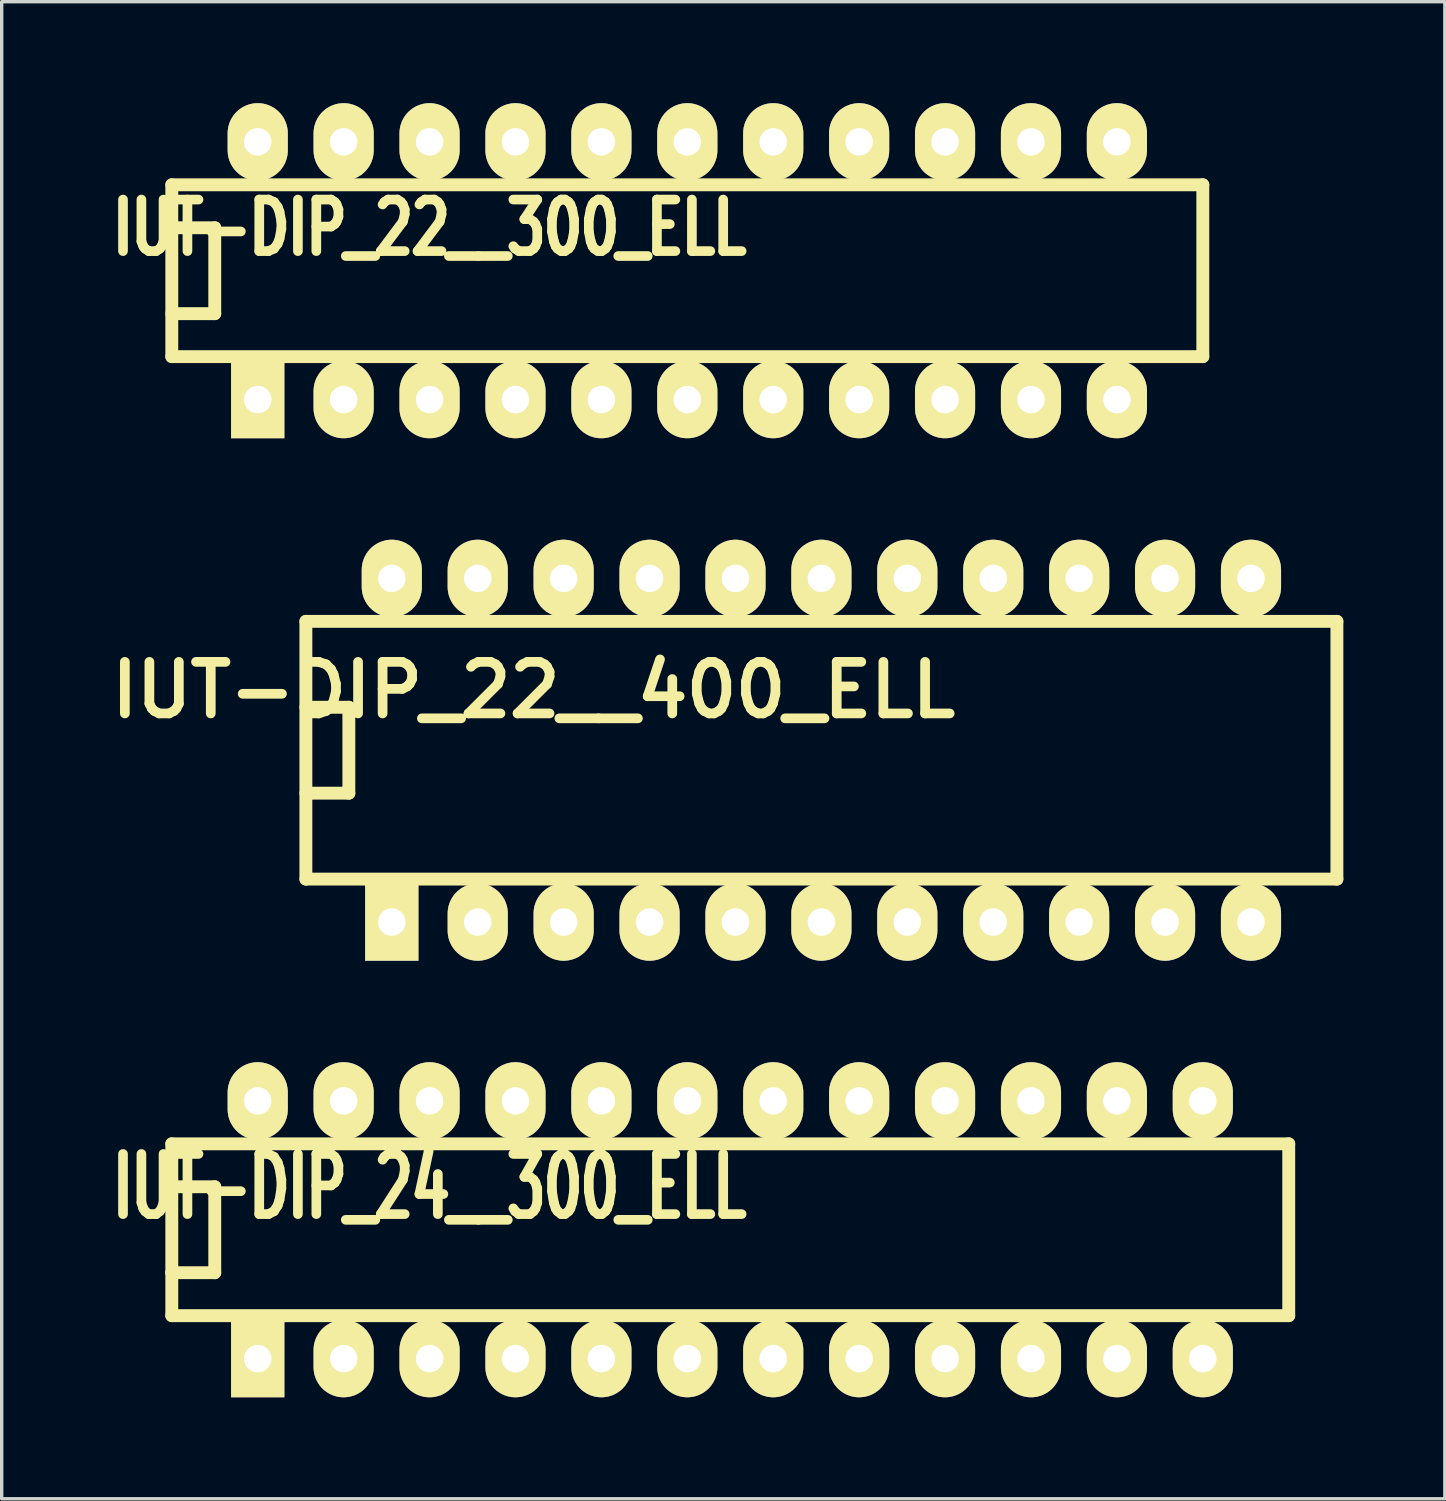
<source format=kicad_pcb>
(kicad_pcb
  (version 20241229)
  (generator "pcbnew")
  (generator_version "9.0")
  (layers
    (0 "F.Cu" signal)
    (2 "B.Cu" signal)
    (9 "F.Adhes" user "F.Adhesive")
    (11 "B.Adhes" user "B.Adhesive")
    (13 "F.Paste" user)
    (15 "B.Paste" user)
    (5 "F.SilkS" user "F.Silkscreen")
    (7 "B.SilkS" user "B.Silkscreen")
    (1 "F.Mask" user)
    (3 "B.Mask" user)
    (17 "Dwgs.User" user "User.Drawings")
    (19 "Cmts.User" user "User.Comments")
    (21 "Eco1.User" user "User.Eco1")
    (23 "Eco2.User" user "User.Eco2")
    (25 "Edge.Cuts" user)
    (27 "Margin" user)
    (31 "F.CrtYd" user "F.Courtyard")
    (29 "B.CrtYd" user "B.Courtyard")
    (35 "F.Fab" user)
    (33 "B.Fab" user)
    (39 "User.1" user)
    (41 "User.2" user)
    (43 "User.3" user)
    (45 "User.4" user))
  (footprint "IUT-DIP_22__400_ELL"
    (layer "F.Cu")
    (at 21.233 19.129)
    (property "Reference" "IUT-DIP_22__400_ELL" (at -8.509 -1.778 0) (layer "F.SilkS") (effects (font (size 1.524 1.524) (thickness 0.287))))
    (attr through_hole)
    (fp_line (start -15.24 -3.81) (end 15.24 -3.81) (stroke (width 0.381) (type solid)) (layer "F.SilkS"))
    (fp_line (start -15.24 -1.27) (end -13.97 -1.27) (stroke (width 0.381) (type solid)) (layer "F.SilkS"))
    (fp_line (start -15.24 3.81) (end -15.24 -3.81) (stroke (width 0.381) (type solid)) (layer "F.SilkS"))
    (fp_line (start -13.97 -1.27) (end -13.97 1.27) (stroke (width 0.381) (type solid)) (layer "F.SilkS"))
    (fp_line (start -13.97 1.27) (end -15.24 1.27) (stroke (width 0.381) (type solid)) (layer "F.SilkS"))
    (fp_line (start 15.24 -3.81) (end 15.24 3.81) (stroke (width 0.381) (type solid)) (layer "F.SilkS"))
    (fp_line (start 15.24 3.81) (end -15.24 3.81) (stroke (width 0.381) (type solid)) (layer "F.SilkS"))
    (pad "1" thru_hole rect (at -12.7 5.08) (size 1.575 2.286) (drill 0.813) (layers "*.Cu" "*.Mask" "F.SilkS"))
    (pad "2" thru_hole oval (at -10.16 5.08) (size 1.778 2.286) (drill 0.813) (layers "*.Cu" "*.Mask" "F.SilkS"))
    (pad "3" thru_hole oval (at -7.62 5.08) (size 1.778 2.286) (drill 0.813) (layers "*.Cu" "*.Mask" "F.SilkS"))
    (pad "4" thru_hole oval (at -5.08 5.08) (size 1.778 2.286) (drill 0.813) (layers "*.Cu" "*.Mask" "F.SilkS"))
    (pad "5" thru_hole oval (at -2.54 5.08) (size 1.778 2.286) (drill 0.813) (layers "*.Cu" "*.Mask" "F.SilkS"))
    (pad "6" thru_hole oval (at 0 5.08) (size 1.778 2.286) (drill 0.813) (layers "*.Cu" "*.Mask" "F.SilkS"))
    (pad "7" thru_hole oval (at 2.54 5.08) (size 1.778 2.286) (drill 0.813) (layers "*.Cu" "*.Mask" "F.SilkS"))
    (pad "8" thru_hole oval (at 5.08 5.08) (size 1.778 2.286) (drill 0.813) (layers "*.Cu" "*.Mask" "F.SilkS"))
    (pad "9" thru_hole oval (at 7.62 5.08) (size 1.778 2.286) (drill 0.813) (layers "*.Cu" "*.Mask" "F.SilkS"))
    (pad "10" thru_hole oval (at 10.16 5.08) (size 1.778 2.286) (drill 0.813) (layers "*.Cu" "*.Mask" "F.SilkS"))
    (pad "11" thru_hole oval (at 12.7 5.08) (size 1.778 2.286) (drill 0.813) (layers "*.Cu" "*.Mask" "F.SilkS"))
    (pad "12" thru_hole oval (at 12.7 -5.08) (size 1.778 2.286) (drill 0.813) (layers "*.Cu" "*.Mask" "F.SilkS"))
    (pad "13" thru_hole oval (at 10.16 -5.08) (size 1.778 2.286) (drill 0.813) (layers "*.Cu" "*.Mask" "F.SilkS"))
    (pad "14" thru_hole oval (at 7.62 -5.08) (size 1.778 2.286) (drill 0.813) (layers "*.Cu" "*.Mask" "F.SilkS"))
    (pad "15" thru_hole oval (at 5.08 -5.08) (size 1.778 2.286) (drill 0.813) (layers "*.Cu" "*.Mask" "F.SilkS"))
    (pad "16" thru_hole oval (at 2.54 -5.08) (size 1.778 2.286) (drill 0.813) (layers "*.Cu" "*.Mask" "F.SilkS"))
    (pad "17" thru_hole oval (at 0 -5.08) (size 1.778 2.286) (drill 0.813) (layers "*.Cu" "*.Mask" "F.SilkS"))
    (pad "18" thru_hole oval (at -2.54 -5.08) (size 1.778 2.286) (drill 0.813) (layers "*.Cu" "*.Mask" "F.SilkS"))
    (pad "19" thru_hole oval (at -5.08 -5.08) (size 1.778 2.286) (drill 0.813) (layers "*.Cu" "*.Mask" "F.SilkS"))
    (pad "20" thru_hole oval (at -7.62 -5.08) (size 1.778 2.286) (drill 0.813) (layers "*.Cu" "*.Mask" "F.SilkS"))
    (pad "21" thru_hole oval (at -10.16 -5.08) (size 1.778 2.286) (drill 0.813) (layers "*.Cu" "*.Mask" "F.SilkS"))
    (pad "22" thru_hole oval (at -12.7 -5.08) (size 1.778 2.286) (drill 0.813) (layers "*.Cu" "*.Mask" "F.SilkS")))
  (footprint "IUT-DIP_24__300_ELL"
    (layer "F.Cu")
    (at 18.539 33.305)
    (property "Reference" "IUT-DIP_24__300_ELL" (at -8.89 -1.27 0) (layer "F.SilkS") (effects (font (size 1.778 1.143) (thickness 0.305))))
    (attr through_hole)
    (fp_line (start -16.51 -2.54) (end 16.51 -2.54) (stroke (width 0.381) (type solid)) (layer "F.SilkS"))
    (fp_line (start -16.51 -1.27) (end -15.24 -1.27) (stroke (width 0.381) (type solid)) (layer "F.SilkS"))
    (fp_line (start -16.51 1.27) (end -16.51 1.27) (stroke (width 0.381) (type solid)) (layer "F.SilkS"))
    (fp_line (start -16.51 2.54) (end -16.51 -2.54) (stroke (width 0.381) (type solid)) (layer "F.SilkS"))
    (fp_line (start -15.24 -1.27) (end -15.24 1.27) (stroke (width 0.381) (type solid)) (layer "F.SilkS"))
    (fp_line (start -15.24 1.27) (end -16.51 1.27) (stroke (width 0.381) (type solid)) (layer "F.SilkS"))
    (fp_line (start 16.51 -2.54) (end 16.51 2.54) (stroke (width 0.381) (type solid)) (layer "F.SilkS"))
    (fp_line (start 16.51 2.54) (end -16.51 2.54) (stroke (width 0.381) (type solid)) (layer "F.SilkS"))
    (pad "1" thru_hole rect (at -13.97 3.81) (size 1.575 2.286) (drill 0.813) (layers "*.Cu" "*.Mask" "F.SilkS"))
    (pad "2" thru_hole oval (at -11.43 3.81) (size 1.778 2.286) (drill 0.813) (layers "*.Cu" "*.Mask" "F.SilkS"))
    (pad "3" thru_hole oval (at -8.89 3.81) (size 1.778 2.286) (drill 0.813) (layers "*.Cu" "*.Mask" "F.SilkS"))
    (pad "4" thru_hole oval (at -6.35 3.81) (size 1.778 2.286) (drill 0.813) (layers "*.Cu" "*.Mask" "F.SilkS"))
    (pad "5" thru_hole oval (at -3.81 3.81) (size 1.778 2.286) (drill 0.813) (layers "*.Cu" "*.Mask" "F.SilkS"))
    (pad "6" thru_hole oval (at -1.27 3.81) (size 1.778 2.286) (drill 0.813) (layers "*.Cu" "*.Mask" "F.SilkS"))
    (pad "7" thru_hole oval (at 1.27 3.81) (size 1.778 2.286) (drill 0.813) (layers "*.Cu" "*.Mask" "F.SilkS"))
    (pad "8" thru_hole oval (at 3.81 3.81) (size 1.778 2.286) (drill 0.813) (layers "*.Cu" "*.Mask" "F.SilkS"))
    (pad "9" thru_hole oval (at 6.35 3.81) (size 1.778 2.286) (drill 0.813) (layers "*.Cu" "*.Mask" "F.SilkS"))
    (pad "10" thru_hole oval (at 8.89 3.81) (size 1.778 2.286) (drill 0.813) (layers "*.Cu" "*.Mask" "F.SilkS"))
    (pad "11" thru_hole oval (at 11.43 3.81) (size 1.778 2.286) (drill 0.813) (layers "*.Cu" "*.Mask" "F.SilkS"))
    (pad "12" thru_hole oval (at 13.97 3.81) (size 1.778 2.286) (drill 0.813) (layers "*.Cu" "*.Mask" "F.SilkS"))
    (pad "13" thru_hole oval (at 13.97 -3.81) (size 1.778 2.286) (drill 0.813) (layers "*.Cu" "*.Mask" "F.SilkS"))
    (pad "14" thru_hole oval (at 11.43 -3.81) (size 1.778 2.286) (drill 0.813) (layers "*.Cu" "*.Mask" "F.SilkS"))
    (pad "15" thru_hole oval (at 8.89 -3.81) (size 1.778 2.286) (drill 0.813) (layers "*.Cu" "*.Mask" "F.SilkS"))
    (pad "16" thru_hole oval (at 6.35 -3.81) (size 1.778 2.286) (drill 0.813) (layers "*.Cu" "*.Mask" "F.SilkS"))
    (pad "17" thru_hole oval (at 3.81 -3.81) (size 1.778 2.286) (drill 0.813) (layers "*.Cu" "*.Mask" "F.SilkS"))
    (pad "18" thru_hole oval (at 1.27 -3.81) (size 1.778 2.286) (drill 0.813) (layers "*.Cu" "*.Mask" "F.SilkS"))
    (pad "19" thru_hole oval (at -1.27 -3.81) (size 1.778 2.286) (drill 0.813) (layers "*.Cu" "*.Mask" "F.SilkS"))
    (pad "20" thru_hole oval (at -3.81 -3.81) (size 1.778 2.286) (drill 0.813) (layers "*.Cu" "*.Mask" "F.SilkS"))
    (pad "21" thru_hole oval (at -6.35 -3.81) (size 1.778 2.286) (drill 0.813) (layers "*.Cu" "*.Mask" "F.SilkS"))
    (pad "22" thru_hole oval (at -8.89 -3.81) (size 1.778 2.286) (drill 0.813) (layers "*.Cu" "*.Mask" "F.SilkS"))
    (pad "23" thru_hole oval (at -11.43 -3.81) (size 1.778 2.286) (drill 0.813) (layers "*.Cu" "*.Mask" "F.SilkS"))
    (pad "24" thru_hole oval (at -13.97 -3.81) (size 1.778 2.286) (drill 0.813) (layers "*.Cu" "*.Mask" "F.SilkS")))
  (footprint "IUT-DIP_22__300_ELL"
    (layer "F.Cu")
    (at 17.269 4.953)
    (property "Reference" "IUT-DIP_22__300_ELL" (at -7.62 -1.27 0) (layer "F.SilkS") (effects (font (size 1.524 1.143) (thickness 0.305))))
    (attr through_hole)
    (fp_line (start -15.24 -2.54) (end 15.24 -2.54) (stroke (width 0.381) (type solid)) (layer "F.SilkS"))
    (fp_line (start -15.24 -1.27) (end -13.97 -1.27) (stroke (width 0.381) (type solid)) (layer "F.SilkS"))
    (fp_line (start -15.24 2.54) (end -15.24 -2.54) (stroke (width 0.381) (type solid)) (layer "F.SilkS"))
    (fp_line (start -13.97 -1.27) (end -13.97 1.27) (stroke (width 0.381) (type solid)) (layer "F.SilkS"))
    (fp_line (start -13.97 1.27) (end -15.24 1.27) (stroke (width 0.381) (type solid)) (layer "F.SilkS"))
    (fp_line (start 15.24 -2.54) (end 15.24 2.54) (stroke (width 0.381) (type solid)) (layer "F.SilkS"))
    (fp_line (start 15.24 2.54) (end -15.24 2.54) (stroke (width 0.381) (type solid)) (layer "F.SilkS"))
    (pad "1" thru_hole rect (at -12.7 3.81) (size 1.575 2.286) (drill 0.813) (layers "*.Cu" "*.Mask" "F.SilkS"))
    (pad "2" thru_hole oval (at -10.16 3.81) (size 1.778 2.286) (drill 0.813) (layers "*.Cu" "*.Mask" "F.SilkS"))
    (pad "3" thru_hole oval (at -7.62 3.81) (size 1.778 2.286) (drill 0.813) (layers "*.Cu" "*.Mask" "F.SilkS"))
    (pad "4" thru_hole oval (at -5.08 3.81) (size 1.778 2.286) (drill 0.813) (layers "*.Cu" "*.Mask" "F.SilkS"))
    (pad "5" thru_hole oval (at -2.54 3.81) (size 1.778 2.286) (drill 0.813) (layers "*.Cu" "*.Mask" "F.SilkS"))
    (pad "6" thru_hole oval (at 0 3.81) (size 1.778 2.286) (drill 0.813) (layers "*.Cu" "*.Mask" "F.SilkS"))
    (pad "7" thru_hole oval (at 2.54 3.81) (size 1.778 2.286) (drill 0.813) (layers "*.Cu" "*.Mask" "F.SilkS"))
    (pad "8" thru_hole oval (at 5.08 3.81) (size 1.778 2.286) (drill 0.813) (layers "*.Cu" "*.Mask" "F.SilkS"))
    (pad "9" thru_hole oval (at 7.62 3.81) (size 1.778 2.286) (drill 0.813) (layers "*.Cu" "*.Mask" "F.SilkS"))
    (pad "10" thru_hole oval (at 10.16 3.81) (size 1.778 2.286) (drill 0.813) (layers "*.Cu" "*.Mask" "F.SilkS"))
    (pad "11" thru_hole oval (at 12.7 3.81) (size 1.778 2.286) (drill 0.813) (layers "*.Cu" "*.Mask" "F.SilkS"))
    (pad "12" thru_hole oval (at 12.7 -3.81) (size 1.778 2.286) (drill 0.813) (layers "*.Cu" "*.Mask" "F.SilkS"))
    (pad "13" thru_hole oval (at 10.16 -3.81) (size 1.778 2.286) (drill 0.813) (layers "*.Cu" "*.Mask" "F.SilkS"))
    (pad "14" thru_hole oval (at 7.62 -3.81) (size 1.778 2.286) (drill 0.813) (layers "*.Cu" "*.Mask" "F.SilkS"))
    (pad "15" thru_hole oval (at 5.08 -3.81) (size 1.778 2.286) (drill 0.813) (layers "*.Cu" "*.Mask" "F.SilkS"))
    (pad "16" thru_hole oval (at 2.54 -3.81) (size 1.778 2.286) (drill 0.813) (layers "*.Cu" "*.Mask" "F.SilkS"))
    (pad "17" thru_hole oval (at 0 -3.81) (size 1.778 2.286) (drill 0.813) (layers "*.Cu" "*.Mask" "F.SilkS"))
    (pad "18" thru_hole oval (at -2.54 -3.81) (size 1.778 2.286) (drill 0.813) (layers "*.Cu" "*.Mask" "F.SilkS"))
    (pad "19" thru_hole oval (at -5.08 -3.81) (size 1.778 2.286) (drill 0.813) (layers "*.Cu" "*.Mask" "F.SilkS"))
    (pad "20" thru_hole oval (at -7.62 -3.81) (size 1.778 2.286) (drill 0.813) (layers "*.Cu" "*.Mask" "F.SilkS"))
    (pad "21" thru_hole oval (at -10.16 -3.81) (size 1.778 2.286) (drill 0.813) (layers "*.Cu" "*.Mask" "F.SilkS"))
    (pad "22" thru_hole oval (at -12.7 -3.81) (size 1.778 2.286) (drill 0.813) (layers "*.Cu" "*.Mask" "F.SilkS")))
  (gr_rect
    (start -3 -3)
    (end 39.664 41.258)
    (stroke (width 0.1) (type default))
    (fill no)
    (layer "Edge.Cuts")))
</source>
